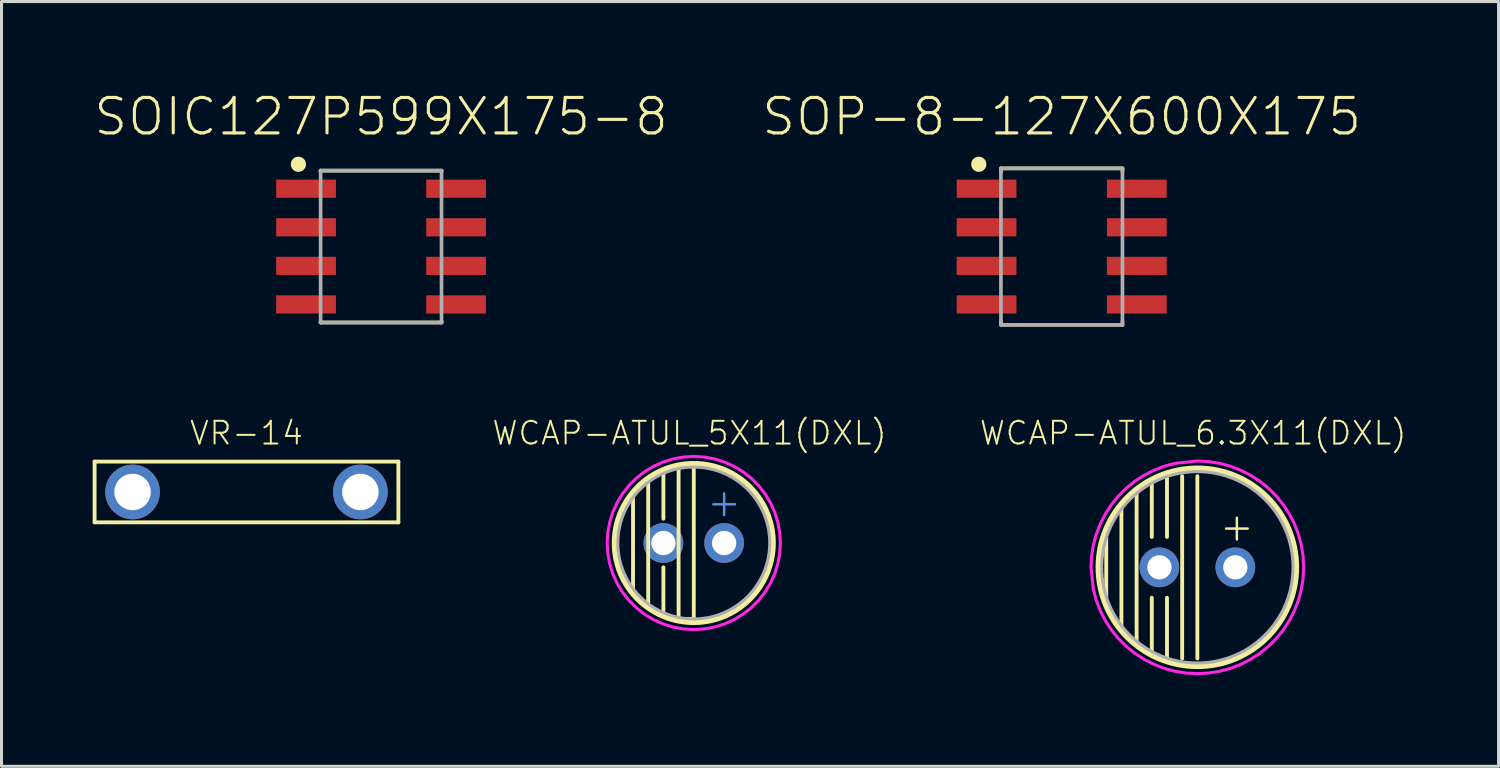
<source format=kicad_pcb>
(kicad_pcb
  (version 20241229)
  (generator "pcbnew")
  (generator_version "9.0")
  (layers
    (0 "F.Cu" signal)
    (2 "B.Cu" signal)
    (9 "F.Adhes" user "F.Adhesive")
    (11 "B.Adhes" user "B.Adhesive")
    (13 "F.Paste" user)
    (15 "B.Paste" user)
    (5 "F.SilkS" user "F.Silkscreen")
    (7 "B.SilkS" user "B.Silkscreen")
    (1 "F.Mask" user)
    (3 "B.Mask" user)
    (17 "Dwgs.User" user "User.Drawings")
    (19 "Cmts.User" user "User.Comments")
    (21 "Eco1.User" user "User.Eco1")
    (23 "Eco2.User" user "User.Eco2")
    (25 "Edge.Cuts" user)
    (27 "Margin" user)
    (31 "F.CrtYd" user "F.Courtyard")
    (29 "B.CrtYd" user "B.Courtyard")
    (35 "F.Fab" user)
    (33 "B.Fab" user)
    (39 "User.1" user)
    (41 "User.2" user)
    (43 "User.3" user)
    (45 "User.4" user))
  (footprint "SOP-8-127X600X175"
    (layer "F.Cu")
    (at 31.899 5.067)
    (property "Reference" "SOP-8-127X600X175" (at 0 -3.594 0) (layer "F.SilkS") (effects (font (size 1.168 1.168) (thickness 0.102)) (justify bottom)))
    (fp_line (start -2 -2.575) (end 2 -2.575) (stroke (width 0.12) (type solid)) (layer "F.SilkS"))
    (fp_line (start -2 -2.459) (end -2 -2.575) (stroke (width 0.12) (type solid)) (layer "F.SilkS"))
    (fp_line (start -2 2.459) (end -2 2.575) (stroke (width 0.12) (type solid)) (layer "F.SilkS"))
    (fp_line (start -2 2.575) (end 2 2.575) (stroke (width 0.12) (type solid)) (layer "F.SilkS"))
    (fp_line (start 2 -2.575) (end 2 -2.459) (stroke (width 0.12) (type solid)) (layer "F.SilkS"))
    (fp_line (start 2 2.575) (end 2 2.459) (stroke (width 0.12) (type solid)) (layer "F.SilkS"))
    (fp_circle (center -2.729 -2.709) (end -2.604 -2.709) (stroke (width 0.25) (type solid)) (fill yes) (layer "F.SilkS"))
    (fp_line (start -2 -2.575) (end 2 -2.575) (stroke (width 0.12) (type solid)) (layer "F.Fab"))
    (fp_line (start -2 2.575) (end -2 -2.575) (stroke (width 0.12) (type solid)) (layer "F.Fab"))
    (fp_line (start 2 -2.575) (end 2 2.575) (stroke (width 0.12) (type solid)) (layer "F.Fab"))
    (fp_line (start 2 2.575) (end -2 2.575) (stroke (width 0.12) (type solid)) (layer "F.Fab"))
    (pad "1" smd rect (at -2.473 -1.905) (size 1.968 0.599) (layers "F.Cu" "F.Mask" "F.Paste"))
    (pad "2" smd rect (at -2.473 -0.635) (size 1.968 0.599) (layers "F.Cu" "F.Mask" "F.Paste"))
    (pad "3" smd rect (at -2.473 0.635) (size 1.968 0.599) (layers "F.Cu" "F.Mask" "F.Paste"))
    (pad "4" smd rect (at -2.473 1.905) (size 1.968 0.599) (layers "F.Cu" "F.Mask" "F.Paste"))
    (pad "5" smd rect (at 2.473 1.905) (size 1.968 0.599) (layers "F.Cu" "F.Mask" "F.Paste"))
    (pad "6" smd rect (at 2.473 0.635) (size 1.968 0.599) (layers "F.Cu" "F.Mask" "F.Paste"))
    (pad "7" smd rect (at 2.473 -0.635) (size 1.968 0.599) (layers "F.Cu" "F.Mask" "F.Paste"))
    (pad "8" smd rect (at 2.473 -1.905) (size 1.968 0.599) (layers "F.Cu" "F.Mask" "F.Paste")))
  (footprint "WCAP-ATUL_5X11(DXL)"
    (layer "F.Cu")
    (at 19.788 14.825)
    (property "Reference" "WCAP-ATUL_5X11(DXL)" (at -0.14 -3.18 0) (layer "F.SilkS") (effects (font (size 0.748 0.748) (thickness 0.065)) (justify bottom)))
    (fp_line (start -2 -1.5) (end -2 1.5) (stroke (width 0.127) (type solid)) (layer "F.SilkS"))
    (fp_line (start -1.5 -2) (end -1.5 2) (stroke (width 0.127) (type solid)) (layer "F.SilkS"))
    (fp_line (start -1 -0.8) (end -1 -2.3) (stroke (width 0.127) (type solid)) (layer "F.SilkS"))
    (fp_line (start -1 0.8) (end -1 2.3) (stroke (width 0.127) (type solid)) (layer "F.SilkS"))
    (fp_line (start -0.5 2.5) (end -0.5 -2.5) (stroke (width 0.127) (type solid)) (layer "F.SilkS"))
    (fp_line (start 0 -2.5) (end 0 2.5) (stroke (width 0.127) (type solid)) (layer "F.SilkS"))
    (fp_line (start 0 2.5) (end -0.5 2.5) (stroke (width 0.127) (type solid)) (layer "F.SilkS"))
    (fp_circle (center 0 0) (end 2.6 0) (stroke (width 0.2) (type solid)) (fill no) (layer "F.SilkS"))
    (fp_poly (pts (xy 0.344 -2.829) (xy 0.682 -2.767) (xy 1.011 -2.665) (xy 1.325 -2.524) (xy 1.619 -2.346) (xy 1.89 -2.133) (xy 2.133 -1.89) (xy 2.346 -1.619) (xy 2.524 -1.325) (xy 2.665 -1.011) (xy 2.767 -0.682) (xy 2.829 -0.344) (xy 2.85 0) (xy 2.829 0.344) (xy 2.767 0.682) (xy 2.665 1.011) (xy 2.524 1.325) (xy 2.346 1.619) (xy 2.133 1.89) (xy 1.89 2.133) (xy 1.619 2.346) (xy 1.325 2.524) (xy 1.011 2.665) (xy 0.682 2.767) (xy 0.344 2.829) (xy 0 2.85) (xy -0.344 2.829) (xy -0.682 2.767) (xy -1.011 2.665) (xy -1.325 2.524) (xy -1.619 2.346) (xy -1.89 2.133) (xy -2.133 1.89) (xy -2.346 1.619) (xy -2.524 1.325) (xy -2.665 1.011) (xy -2.767 0.682) (xy -2.829 0.344) (xy -2.85 0) (xy -2.829 -0.344) (xy -2.767 -0.682) (xy -2.665 -1.011) (xy -2.524 -1.325) (xy -2.346 -1.619) (xy -2.133 -1.89) (xy -1.89 -2.133) (xy -1.619 -2.346) (xy -1.325 -2.524) (xy -1.011 -2.665) (xy -0.682 -2.767) (xy -0.344 -2.829) (xy 0 -2.85)) (stroke (width 0.1) (type solid)) (fill no) (layer "F.CrtYd"))
    (fp_circle (center 0 0) (end 2.5 0) (stroke (width 0.1) (type solid)) (fill no) (layer "F.Fab"))
    (fp_text user "+" (at 1 -0.8 0) (layer "Cmts.User") (effects (font (size 0.935 0.935) (thickness 0.081)) (justify bottom)))
    (pad "1" thru_hole circle (at 1 0) (size 1.308 1.308) (drill 0.8) (layers "*.Cu" "*.Mask"))
    (pad "2" thru_hole circle (at -1 0) (size 1.308 1.308) (drill 0.8) (layers "*.Cu" "*.Mask")))
  (footprint "SOIC127P599X175-8"
    (layer "F.Cu")
    (at 9.494 5.067)
    (property "Reference" "SOIC127P599X175-8" (at 0 -3.594 0) (layer "F.SilkS") (effects (font (size 1.168 1.168) (thickness 0.102)) (justify bottom)))
    (fp_line (start -1.99 -2.5) (end 1.99 -2.5) (stroke (width 0.12) (type solid)) (layer "F.SilkS"))
    (fp_line (start -1.99 -2.459) (end -1.99 -2.5) (stroke (width 0.12) (type solid)) (layer "F.SilkS"))
    (fp_line (start -1.99 2.459) (end -1.99 2.5) (stroke (width 0.12) (type solid)) (layer "F.SilkS"))
    (fp_line (start -1.99 2.5) (end 1.99 2.5) (stroke (width 0.12) (type solid)) (layer "F.SilkS"))
    (fp_line (start 1.99 -2.5) (end 1.99 -2.459) (stroke (width 0.12) (type solid)) (layer "F.SilkS"))
    (fp_line (start 1.99 2.5) (end 1.99 2.459) (stroke (width 0.12) (type solid)) (layer "F.SilkS"))
    (fp_circle (center -2.721 -2.709) (end -2.596 -2.709) (stroke (width 0.25) (type solid)) (fill yes) (layer "F.SilkS"))
    (fp_line (start -1.99 -2.5) (end 1.99 -2.5) (stroke (width 0.12) (type solid)) (layer "F.Fab"))
    (fp_line (start -1.99 2.5) (end -1.99 -2.5) (stroke (width 0.12) (type solid)) (layer "F.Fab"))
    (fp_line (start 1.99 -2.5) (end 1.99 2.5) (stroke (width 0.12) (type solid)) (layer "F.Fab"))
    (fp_line (start 1.99 2.5) (end -1.99 2.5) (stroke (width 0.12) (type solid)) (layer "F.Fab"))
    (pad "1" smd rect (at -2.469 -1.905) (size 1.967 0.599) (layers "F.Cu" "F.Mask" "F.Paste"))
    (pad "2" smd rect (at -2.469 -0.635) (size 1.967 0.599) (layers "F.Cu" "F.Mask" "F.Paste"))
    (pad "3" smd rect (at -2.469 0.635) (size 1.967 0.599) (layers "F.Cu" "F.Mask" "F.Paste"))
    (pad "4" smd rect (at -2.469 1.905) (size 1.967 0.599) (layers "F.Cu" "F.Mask" "F.Paste"))
    (pad "5" smd rect (at 2.469 1.905) (size 1.967 0.599) (layers "F.Cu" "F.Mask" "F.Paste"))
    (pad "6" smd rect (at 2.469 0.635) (size 1.967 0.599) (layers "F.Cu" "F.Mask" "F.Paste"))
    (pad "7" smd rect (at 2.469 -0.635) (size 1.967 0.599) (layers "F.Cu" "F.Mask" "F.Paste"))
    (pad "8" smd rect (at 2.469 -1.905) (size 1.967 0.599) (layers "F.Cu" "F.Mask" "F.Paste")))
  (footprint "VR-14"
    (layer "F.Cu")
    (at 5.064 13.145)
    (property "Reference" "VR-14" (at 0 -1.5 0) (layer "F.SilkS") (effects (font (size 0.748 0.748) (thickness 0.065)) (justify bottom)))
    (fp_line (start -5 -1) (end 5 -1) (stroke (width 0.127) (type solid)) (layer "F.SilkS"))
    (fp_line (start -5 1) (end -5 -1) (stroke (width 0.127) (type solid)) (layer "F.SilkS"))
    (fp_line (start 5 -1) (end 5 1) (stroke (width 0.127) (type solid)) (layer "F.SilkS"))
    (fp_line (start 5 1) (end -5 1) (stroke (width 0.127) (type solid)) (layer "F.SilkS"))
    (pad "P$1" thru_hole circle (at -3.75 0) (size 1.8 1.8) (drill 1.2) (layers "*.Cu" "*.Mask"))
    (pad "P$2" thru_hole circle (at 3.75 0) (size 1.8 1.8) (drill 1.2) (layers "*.Cu" "*.Mask")))
  (footprint "WCAP-ATUL_6.3X11(DXL)"
    (layer "F.Cu")
    (at 36.365 15.625)
    (property "Reference" "WCAP-ATUL_6.3X11(DXL)" (at -0.14 -3.98 0) (layer "F.SilkS") (effects (font (size 0.748 0.748) (thickness 0.065)) (justify bottom)))
    (fp_line (start -3 -1) (end -3 1) (stroke (width 0.127) (type solid)) (layer "F.SilkS"))
    (fp_line (start -2.5 -2) (end -2.5 2) (stroke (width 0.127) (type solid)) (layer "F.SilkS"))
    (fp_line (start -2 -2.5) (end -2 2.5) (stroke (width 0.127) (type solid)) (layer "F.SilkS"))
    (fp_line (start -1.5 -2.8) (end -1.5 -1) (stroke (width 0.127) (type solid)) (layer "F.SilkS"))
    (fp_line (start -1.5 1) (end -1.5 2.8) (stroke (width 0.127) (type solid)) (layer "F.SilkS"))
    (fp_line (start -1 -3) (end -1 -1) (stroke (width 0.127) (type solid)) (layer "F.SilkS"))
    (fp_line (start -1 1) (end -1 3) (stroke (width 0.127) (type solid)) (layer "F.SilkS"))
    (fp_line (start -0.5 -3) (end -0.5 3) (stroke (width 0.127) (type solid)) (layer "F.SilkS"))
    (fp_line (start 0 -3) (end 0 3) (stroke (width 0.127) (type solid)) (layer "F.SilkS"))
    (fp_circle (center 0 0) (end 3.25 0) (stroke (width 0.2) (type solid)) (fill no) (layer "F.SilkS"))
    (fp_poly (pts (xy 0.366 -3.481) (xy 0.728 -3.424) (xy 1.082 -3.329) (xy 1.424 -3.197) (xy 1.75 -3.031) (xy 2.057 -2.832) (xy 2.342 -2.601) (xy 2.601 -2.342) (xy 2.832 -2.057) (xy 3.031 -1.75) (xy 3.197 -1.424) (xy 3.329 -1.082) (xy 3.424 -0.728) (xy 3.481 -0.366) (xy 3.5 0) (xy 3.481 0.366) (xy 3.424 0.728) (xy 3.329 1.082) (xy 3.197 1.424) (xy 3.031 1.75) (xy 2.832 2.057) (xy 2.601 2.342) (xy 2.342 2.601) (xy 2.057 2.832) (xy 1.75 3.031) (xy 1.424 3.197) (xy 1.082 3.329) (xy 0.728 3.424) (xy 0.366 3.481) (xy 0 3.5) (xy -0.366 3.481) (xy -0.728 3.424) (xy -1.082 3.329) (xy -1.424 3.197) (xy -1.75 3.031) (xy -2.057 2.832) (xy -2.342 2.601) (xy -2.601 2.342) (xy -2.832 2.057) (xy -3.031 1.75) (xy -3.197 1.424) (xy -3.329 1.082) (xy -3.424 0.726) (xy -3.5 0.001) (xy -3.481 -0.366) (xy -3.424 -0.728) (xy -3.329 -1.082) (xy -3.197 -1.424) (xy -3.031 -1.75) (xy -2.832 -2.057) (xy -2.601 -2.342) (xy -2.342 -2.601) (xy -2.057 -2.832) (xy -1.75 -3.031) (xy -1.424 -3.197) (xy -1.082 -3.329) (xy -0.726 -3.424) (xy -0.001 -3.5)) (stroke (width 0.1) (type solid)) (fill no) (layer "F.CrtYd"))
    (fp_circle (center 0 0) (end 3.15 0) (stroke (width 0.1) (type solid)) (fill no) (layer "F.Fab"))
    (fp_text user "+" (at 1.3 -0.8 0) (layer "F.SilkS") (effects (font (size 0.935 0.935) (thickness 0.081)) (justify bottom)))
    (pad "1+" thru_hole circle (at 1.25 0) (size 1.308 1.308) (drill 0.8) (layers "*.Cu" "*.Mask"))
    (pad "2-" thru_hole circle (at -1.25 0) (size 1.308 1.308) (drill 0.8) (layers "*.Cu" "*.Mask")))
  (gr_rect
    (start -3 -3)
    (end 46.28 22.175)
    (stroke (width 0.1) (type default))
    (fill no)
    (layer "Edge.Cuts")))
</source>
